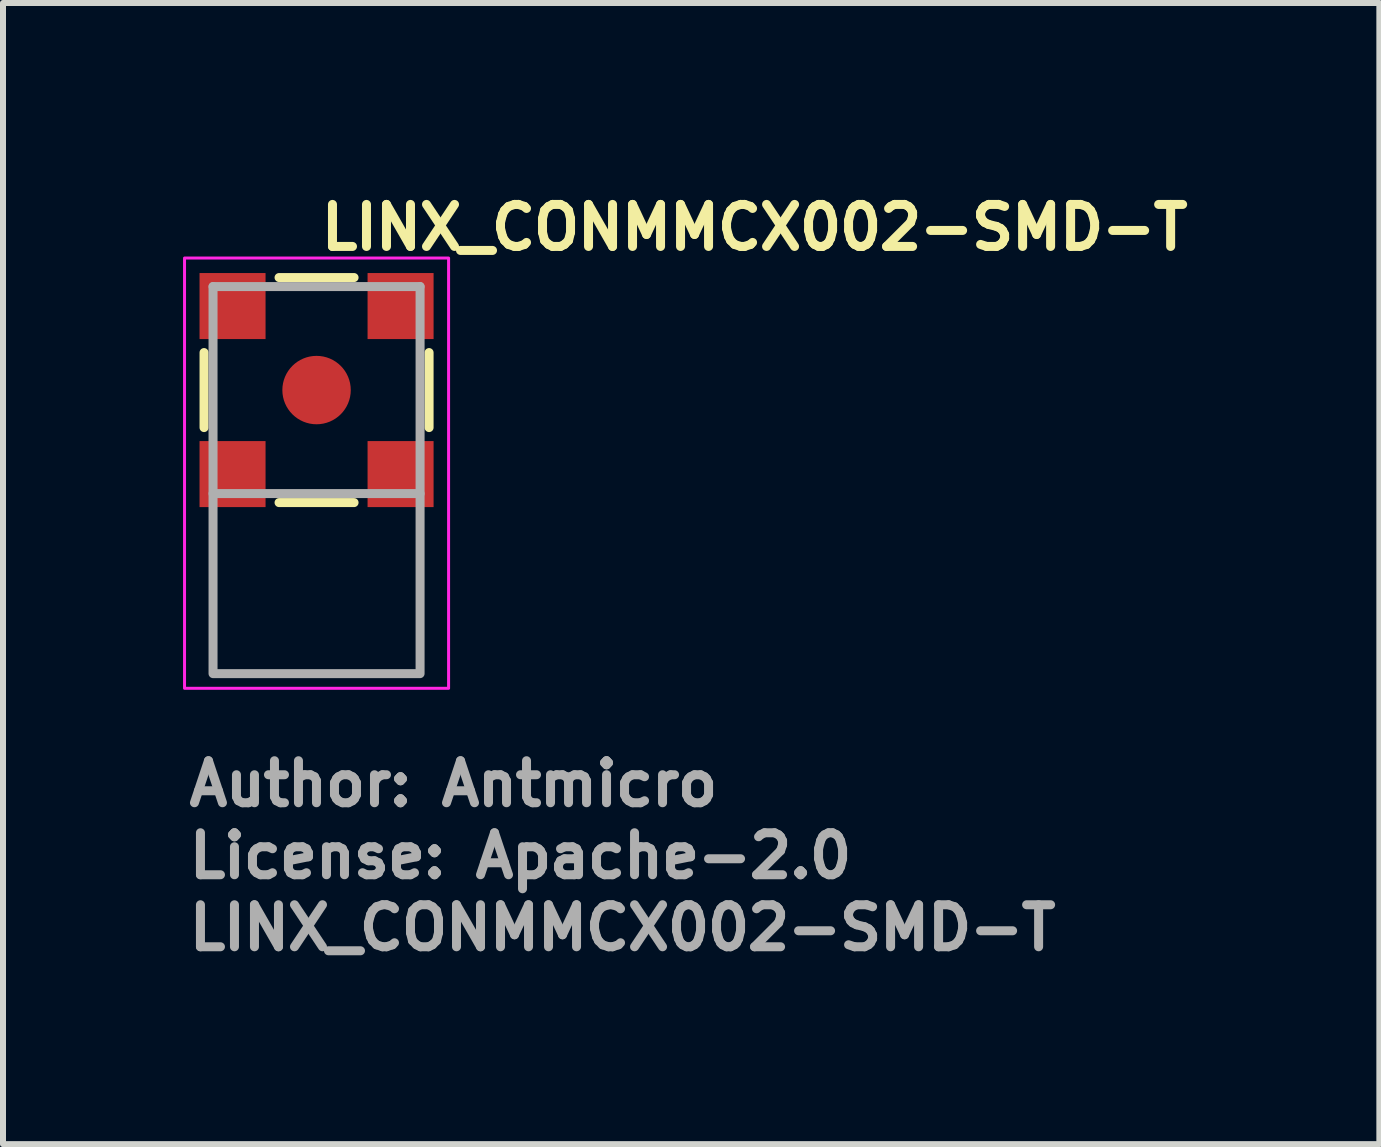
<source format=kicad_pcb>
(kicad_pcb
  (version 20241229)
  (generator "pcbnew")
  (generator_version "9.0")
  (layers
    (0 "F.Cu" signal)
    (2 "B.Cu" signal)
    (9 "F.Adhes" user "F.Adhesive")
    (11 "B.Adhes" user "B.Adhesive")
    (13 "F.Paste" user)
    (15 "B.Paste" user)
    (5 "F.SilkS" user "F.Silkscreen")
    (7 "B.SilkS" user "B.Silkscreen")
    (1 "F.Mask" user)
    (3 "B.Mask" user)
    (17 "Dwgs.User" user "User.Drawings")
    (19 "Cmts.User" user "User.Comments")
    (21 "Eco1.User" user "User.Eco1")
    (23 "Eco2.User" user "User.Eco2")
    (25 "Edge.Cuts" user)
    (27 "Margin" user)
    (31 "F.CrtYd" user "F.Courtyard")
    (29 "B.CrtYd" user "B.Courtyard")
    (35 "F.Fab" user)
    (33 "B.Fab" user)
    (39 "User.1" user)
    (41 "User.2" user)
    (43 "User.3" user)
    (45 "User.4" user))
  (footprint "LINX_CONMMCX002-SMD-T"
    (layer "F.Cu")
    (at 2.225 3.45)
    (property "Reference" "LINX_CONMMCX002-SMD-T" (at 0 -2.3 0) (layer "F.SilkS") (effects (font (size 0.7 0.7) (thickness 0.15)) (justify left bottom)))
    (attr smd)
    (fp_line (start -1.875 0.625) (end -1.875 -0.625) (stroke (width 0.15) (type solid)) (layer "F.SilkS"))
    (fp_line (start 0.625 -1.875) (end -0.625 -1.875) (stroke (width 0.15) (type solid)) (layer "F.SilkS"))
    (fp_line (start 0.625 1.875) (end -0.625 1.875) (stroke (width 0.15) (type solid)) (layer "F.SilkS"))
    (fp_line (start 1.875 0.625) (end 1.875 -0.625) (stroke (width 0.15) (type solid)) (layer "F.SilkS"))
    (fp_rect (start -2.2 -2.2) (end 2.2 4.97) (stroke (width 0.05) (type solid)) (fill no) (layer "F.CrtYd"))
    (fp_line (start -1.725 -1.725) (end 1.725 -1.725) (stroke (width 0.15) (type solid)) (layer "F.Fab"))
    (fp_line (start -1.725 1.725) (end -1.725 -1.725) (stroke (width 0.15) (type solid)) (layer "F.Fab"))
    (fp_line (start 1.725 -1.725) (end 1.725 1.725) (stroke (width 0.15) (type solid)) (layer "F.Fab"))
    (fp_rect (start -1.725 1.725) (end 1.725 4.725) (stroke (width 0.15) (type solid)) (fill no) (layer "F.Fab"))
    (fp_rect (start -1.725 -1.725) (end 1.725 4.722) (stroke (width 0.1) (type solid)) (fill no) (layer "User.5"))
    (fp_line (start -1.725 -1.725) (end -1.725 1.725) (stroke (width 0.02) (type solid)) (layer "User.9"))
    (fp_line (start -1.725 1.725) (end 0 1.725) (stroke (width 0.02) (type solid)) (layer "User.9"))
    (fp_line (start -1.725 4.722) (end -1.725 1.725) (stroke (width 0.02) (type solid)) (layer "User.9"))
    (fp_line (start -1.683 4.722) (end -1.725 4.722) (stroke (width 0.02) (type solid)) (layer "User.9"))
    (fp_line (start -1.556 4.722) (end -1.683 4.722) (stroke (width 0.02) (type solid)) (layer "User.9"))
    (fp_line (start -1.35 4.722) (end -1.556 4.722) (stroke (width 0.02) (type solid)) (layer "User.9"))
    (fp_line (start -1.076 4.722) (end -1.35 4.722) (stroke (width 0.02) (type solid)) (layer "User.9"))
    (fp_line (start -0.749 4.722) (end -1.076 4.722) (stroke (width 0.02) (type solid)) (layer "User.9"))
    (fp_line (start -0.384 4.722) (end -0.749 4.722) (stroke (width 0.02) (type solid)) (layer "User.9"))
    (fp_line (start 0 1.725) (end 1.725 1.725) (stroke (width 0.02) (type solid)) (layer "User.9"))
    (fp_line (start 0 4.722) (end -0.384 4.722) (stroke (width 0.02) (type solid)) (layer "User.9"))
    (fp_line (start 0.384 4.722) (end 0 4.722) (stroke (width 0.02) (type solid)) (layer "User.9"))
    (fp_line (start 0.749 4.722) (end 0.384 4.722) (stroke (width 0.02) (type solid)) (layer "User.9"))
    (fp_line (start 1.076 4.722) (end 0.749 4.722) (stroke (width 0.02) (type solid)) (layer "User.9"))
    (fp_line (start 1.35 4.722) (end 1.076 4.722) (stroke (width 0.02) (type solid)) (layer "User.9"))
    (fp_line (start 1.556 4.722) (end 1.35 4.722) (stroke (width 0.02) (type solid)) (layer "User.9"))
    (fp_line (start 1.683 4.722) (end 1.556 4.722) (stroke (width 0.02) (type solid)) (layer "User.9"))
    (fp_line (start 1.725 -1.725) (end -1.725 -1.725) (stroke (width 0.02) (type solid)) (layer "User.9"))
    (fp_line (start 1.725 1.725) (end 1.725 -1.725) (stroke (width 0.02) (type solid)) (layer "User.9"))
    (fp_line (start 1.725 4.722) (end 1.683 4.722) (stroke (width 0.02) (type solid)) (layer "User.9"))
    (fp_line (start 1.725 4.722) (end 1.725 1.725) (stroke (width 0.02) (type solid)) (layer "User.9"))
    (fp_text user "License: Apache-2.0" (at -2.2 8.17 0) (layer "F.Fab") (effects (font (size 0.7 0.7) (thickness 0.15)) (justify left bottom)))
    (fp_text user "Author: Antmicro" (at -2.2 6.97 0) (layer "F.Fab") (effects (font (size 0.7 0.7) (thickness 0.15)) (justify left bottom)))
    (fp_text user "${REFERENCE}" (at -2.2 9.37 0) (layer "F.Fab") (effects (font (size 0.7 0.7) (thickness 0.15)) (justify left bottom)))
    (pad "1" smd circle (at 0 0) (size 1.14 1.14) (layers "F.Cu" "F.Mask" "F.Paste"))
    (pad "SH1" smd rect (at 1.4 -1.4) (size 1.1 1.1) (layers "F.Cu" "F.Mask" "F.Paste"))
    (pad "SH2" smd rect (at -1.4 -1.4) (size 1.1 1.1) (layers "F.Cu" "F.Mask" "F.Paste"))
    (pad "SH3" smd rect (at -1.4 1.4) (size 1.1 1.1) (layers "F.Cu" "F.Mask" "F.Paste"))
    (pad "SH4" smd rect (at 1.4 1.4) (size 1.1 1.1) (layers "F.Cu" "F.Mask" "F.Paste")))
  (gr_rect
    (start -3 -3)
    (end 19.935 16.015)
    (stroke (width 0.1) (type default))
    (fill no)
    (layer "Edge.Cuts")))
</source>
